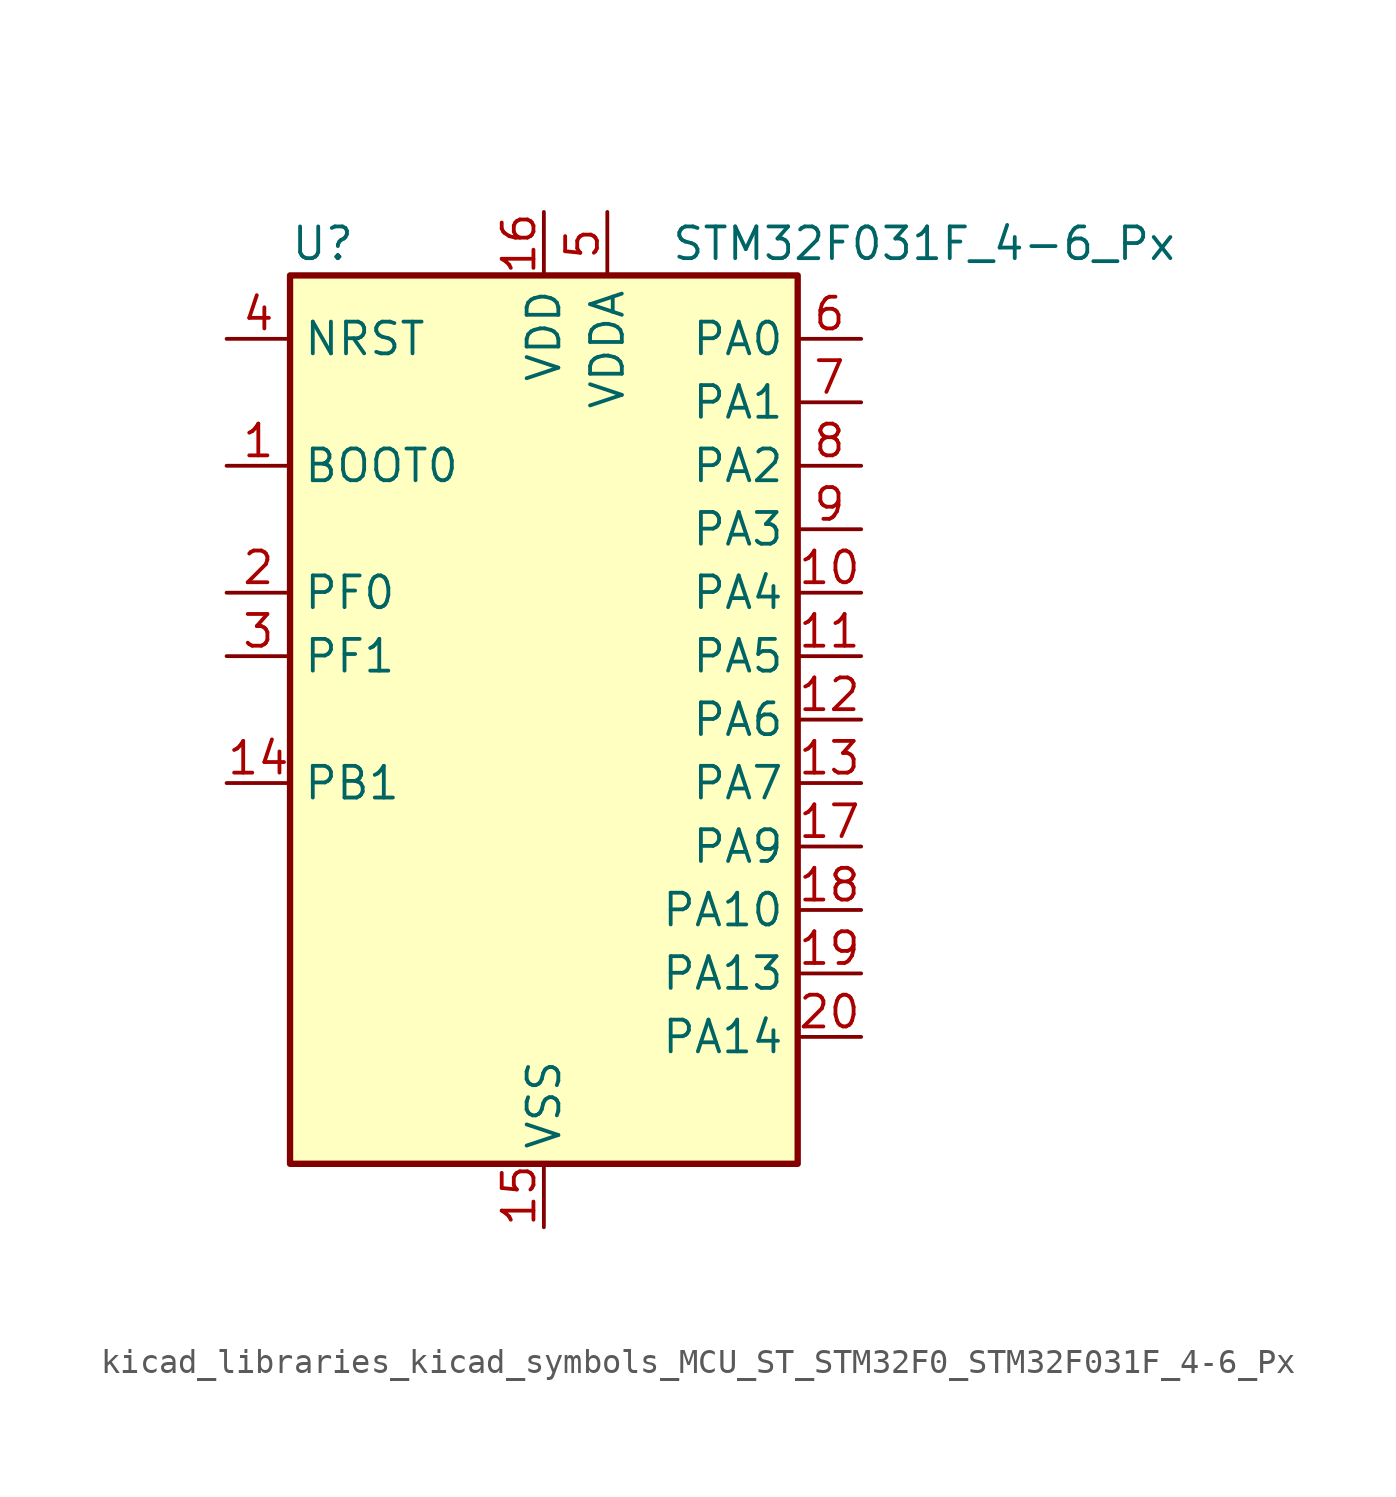
<source format=kicad_sym>
(kicad_symbol_lib
  (version 20220914)
  (generator kicad_symbol_editor)
  (symbol "kicad_libraries_kicad_symbols_MCU_ST_STM32F0_STM32F031F_4-6_Px"
    (property "Reference" "U"
      (at -10.16 19.05 0)
      (effects (font (size 1.27 1.27)) (justify left)))
    (property "Value" "STM32F031F_4-6_Px"
      (at 5.08 19.05 0)
      (effects (font (size 1.27 1.27)) (justify left)))
    (property "ki_locked" ""
      (at 0 0 0)
      (effects (font (size 1.27 1.27))))
    (symbol "kicad_libraries_kicad_symbols_MCU_ST_STM32F0_STM32F031F_4-6_Px_0_1"
      (rectangle (start -10.16 -17.78) (end 10.16 17.78) (stroke (width 0.254) (type default)) (fill (type background))))
    (symbol "kicad_libraries_kicad_symbols_MCU_ST_STM32F0_STM32F031F_4-6_Px_1_1"
      (pin input line (at -12.7 10.16 0) (length 2.54) (name "BOOT0" (effects (font (size 1.27 1.27)))) (number "1" (effects (font (size 1.27 1.27)))))
      (pin bidirectional line (at 12.7 5.08 180) (length 2.54) (name "PA4" (effects (font (size 1.27 1.27)))) (number "10" (effects (font (size 1.27 1.27)))) (alternate "ADC_IN4" bidirectional line) (alternate "I2S1_WS" bidirectional line) (alternate "SPI1_NSS" bidirectional line) (alternate "TIM14_CH1" bidirectional line) (alternate "USART1_CK" bidirectional line))
      (pin bidirectional line (at 12.7 2.54 180) (length 2.54) (name "PA5" (effects (font (size 1.27 1.27)))) (number "11" (effects (font (size 1.27 1.27)))) (alternate "ADC_IN5" bidirectional line) (alternate "I2S1_CK" bidirectional line) (alternate "SPI1_SCK" bidirectional line) (alternate "TIM2_CH1" bidirectional line) (alternate "TIM2_ETR" bidirectional line))
      (pin bidirectional line (at 12.7 0 180) (length 2.54) (name "PA6" (effects (font (size 1.27 1.27)))) (number "12" (effects (font (size 1.27 1.27)))) (alternate "ADC_IN6" bidirectional line) (alternate "I2S1_MCK" bidirectional line) (alternate "SPI1_MISO" bidirectional line) (alternate "TIM16_CH1" bidirectional line) (alternate "TIM1_BKIN" bidirectional line) (alternate "TIM3_CH1" bidirectional line))
      (pin bidirectional line (at 12.7 -2.54 180) (length 2.54) (name "PA7" (effects (font (size 1.27 1.27)))) (number "13" (effects (font (size 1.27 1.27)))) (alternate "ADC_IN7" bidirectional line) (alternate "I2S1_SD" bidirectional line) (alternate "SPI1_MOSI" bidirectional line) (alternate "TIM14_CH1" bidirectional line) (alternate "TIM17_CH1" bidirectional line) (alternate "TIM1_CH1N" bidirectional line) (alternate "TIM3_CH2" bidirectional line))
      (pin bidirectional line (at -12.7 -2.54 0) (length 2.54) (name "PB1" (effects (font (size 1.27 1.27)))) (number "14" (effects (font (size 1.27 1.27)))) (alternate "ADC_IN9" bidirectional line) (alternate "TIM14_CH1" bidirectional line) (alternate "TIM1_CH3N" bidirectional line) (alternate "TIM3_CH4" bidirectional line))
      (pin power_in line (at 0 -20.32 90) (length 2.54) (name "VSS" (effects (font (size 1.27 1.27)))) (number "15" (effects (font (size 1.27 1.27)))))
      (pin power_in line (at 0 20.32 270) (length 2.54) (name "VDD" (effects (font (size 1.27 1.27)))) (number "16" (effects (font (size 1.27 1.27)))))
      (pin bidirectional line (at 12.7 -5.08 180) (length 2.54) (name "PA9" (effects (font (size 1.27 1.27)))) (number "17" (effects (font (size 1.27 1.27)))) (alternate "I2C1_SCL" bidirectional line) (alternate "TIM1_CH2" bidirectional line) (alternate "USART1_TX" bidirectional line))
      (pin bidirectional line (at 12.7 -7.62 180) (length 2.54) (name "PA10" (effects (font (size 1.27 1.27)))) (number "18" (effects (font (size 1.27 1.27)))) (alternate "I2C1_SDA" bidirectional line) (alternate "TIM17_BKIN" bidirectional line) (alternate "TIM1_CH3" bidirectional line) (alternate "USART1_RX" bidirectional line))
      (pin bidirectional line (at 12.7 -10.16 180) (length 2.54) (name "PA13" (effects (font (size 1.27 1.27)))) (number "19" (effects (font (size 1.27 1.27)))) (alternate "IR_OUT" bidirectional line) (alternate "SYS_SWDIO" bidirectional line))
      (pin bidirectional line (at -12.7 5.08 0) (length 2.54) (name "PF0" (effects (font (size 1.27 1.27)))) (number "2" (effects (font (size 1.27 1.27)))) (alternate "RCC_OSC_IN" bidirectional line))
      (pin bidirectional line (at 12.7 -12.7 180) (length 2.54) (name "PA14" (effects (font (size 1.27 1.27)))) (number "20" (effects (font (size 1.27 1.27)))) (alternate "SYS_SWCLK" bidirectional line) (alternate "USART1_TX" bidirectional line))
      (pin bidirectional line (at -12.7 2.54 0) (length 2.54) (name "PF1" (effects (font (size 1.27 1.27)))) (number "3" (effects (font (size 1.27 1.27)))) (alternate "RCC_OSC_OUT" bidirectional line))
      (pin input line (at -12.7 15.24 0) (length 2.54) (name "NRST" (effects (font (size 1.27 1.27)))) (number "4" (effects (font (size 1.27 1.27)))))
      (pin power_in line (at 2.54 20.32 270) (length 2.54) (name "VDDA" (effects (font (size 1.27 1.27)))) (number "5" (effects (font (size 1.27 1.27)))))
      (pin bidirectional line (at 12.7 15.24 180) (length 2.54) (name "PA0" (effects (font (size 1.27 1.27)))) (number "6" (effects (font (size 1.27 1.27)))) (alternate "ADC_IN0" bidirectional line) (alternate "RTC_TAMP2" bidirectional line) (alternate "SYS_WKUP1" bidirectional line) (alternate "TIM2_CH1" bidirectional line) (alternate "TIM2_ETR" bidirectional line) (alternate "USART1_CTS" bidirectional line))
      (pin bidirectional line (at 12.7 12.7 180) (length 2.54) (name "PA1" (effects (font (size 1.27 1.27)))) (number "7" (effects (font (size 1.27 1.27)))) (alternate "ADC_IN1" bidirectional line) (alternate "TIM2_CH2" bidirectional line) (alternate "USART1_DE" bidirectional line) (alternate "USART1_RTS" bidirectional line))
      (pin bidirectional line (at 12.7 10.16 180) (length 2.54) (name "PA2" (effects (font (size 1.27 1.27)))) (number "8" (effects (font (size 1.27 1.27)))) (alternate "ADC_IN2" bidirectional line) (alternate "TIM2_CH3" bidirectional line) (alternate "USART1_TX" bidirectional line))
      (pin bidirectional line (at 12.7 7.62 180) (length 2.54) (name "PA3" (effects (font (size 1.27 1.27)))) (number "9" (effects (font (size 1.27 1.27)))) (alternate "ADC_IN3" bidirectional line) (alternate "TIM2_CH4" bidirectional line) (alternate "USART1_RX" bidirectional line)))))
</source>
